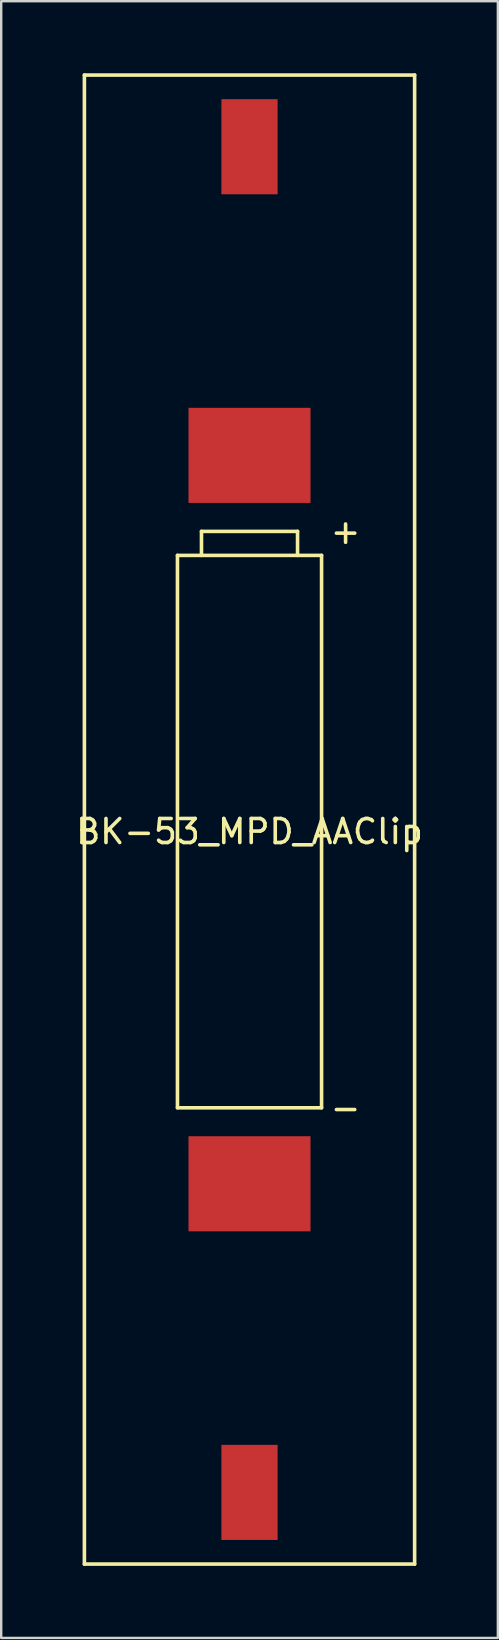
<source format=kicad_pcb>
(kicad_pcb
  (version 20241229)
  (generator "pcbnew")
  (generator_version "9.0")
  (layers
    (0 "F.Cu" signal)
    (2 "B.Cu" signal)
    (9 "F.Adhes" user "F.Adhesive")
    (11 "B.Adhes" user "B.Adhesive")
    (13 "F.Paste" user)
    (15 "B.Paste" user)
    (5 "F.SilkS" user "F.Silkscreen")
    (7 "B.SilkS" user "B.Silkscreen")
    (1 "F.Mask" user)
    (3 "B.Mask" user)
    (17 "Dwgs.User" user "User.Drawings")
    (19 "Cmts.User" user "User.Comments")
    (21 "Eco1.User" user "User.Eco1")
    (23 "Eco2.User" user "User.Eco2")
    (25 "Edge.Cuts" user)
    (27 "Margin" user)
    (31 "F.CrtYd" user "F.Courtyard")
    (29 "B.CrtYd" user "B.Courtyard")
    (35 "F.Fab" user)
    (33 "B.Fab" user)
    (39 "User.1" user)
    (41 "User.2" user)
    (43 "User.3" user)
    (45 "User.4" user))
  (footprint "BK-53_MPD_AAClip"
    (layer "F.Cu")
    (at 7.339 31.075)
    (property "Reference" "BK-53_MPD_AAClip" (at 0 0.5 0) (layer "F.SilkS") (effects (font (size 1 1) (thickness 0.15))))
    (attr through_hole)
    (fp_line (start -6.875 -31) (end 6.875 -31) (stroke (width 0.15) (type solid)) (layer "F.SilkS"))
    (fp_line (start -6.875 31) (end -6.875 -31) (stroke (width 0.15) (type solid)) (layer "F.SilkS"))
    (fp_line (start -3 -11) (end 3 -11) (stroke (width 0.15) (type solid)) (layer "F.SilkS"))
    (fp_line (start -3 12) (end -3 -11) (stroke (width 0.15) (type solid)) (layer "F.SilkS"))
    (fp_line (start -2 -12) (end -2 -11) (stroke (width 0.15) (type solid)) (layer "F.SilkS"))
    (fp_line (start -2 -12) (end 2 -12) (stroke (width 0.15) (type solid)) (layer "F.SilkS"))
    (fp_line (start 2 -12) (end 2 -11) (stroke (width 0.15) (type solid)) (layer "F.SilkS"))
    (fp_line (start 3 -11) (end 3 12) (stroke (width 0.15) (type solid)) (layer "F.SilkS"))
    (fp_line (start 3 12) (end -3 12) (stroke (width 0.15) (type solid)) (layer "F.SilkS"))
    (fp_line (start 6.875 -31) (end 6.875 31) (stroke (width 0.15) (type solid)) (layer "F.SilkS"))
    (fp_line (start 6.875 31) (end -6.875 31) (stroke (width 0.15) (type solid)) (layer "F.SilkS"))
    (fp_text user "+" (at 4 -12 0) (layer "F.SilkS") (effects (font (size 1 1) (thickness 0.15))))
    (fp_text user "-" (at 4 12 0) (layer "F.SilkS") (effects (font (size 1 1) (thickness 0.15))))
    (pad "1" smd rect (at 0 -28.015) (size 2.34 3.96) (layers "F.Cu" "F.Mask" "F.Paste"))
    (pad "1" smd rect (at 0 -15.165) (size 5.08 3.96) (layers "F.Cu" "F.Mask" "F.Paste"))
    (pad "2" smd rect (at 0 15.165) (size 5.08 3.96) (layers "F.Cu" "F.Mask" "F.Paste"))
    (pad "2" smd rect (at 0 28.015) (size 2.34 3.96) (layers "F.Cu" "F.Mask" "F.Paste")))
  (gr_rect
    (start -3 -3)
    (end 17.679 65.15)
    (stroke (width 0.1) (type default))
    (fill no)
    (layer "Edge.Cuts")))
</source>
